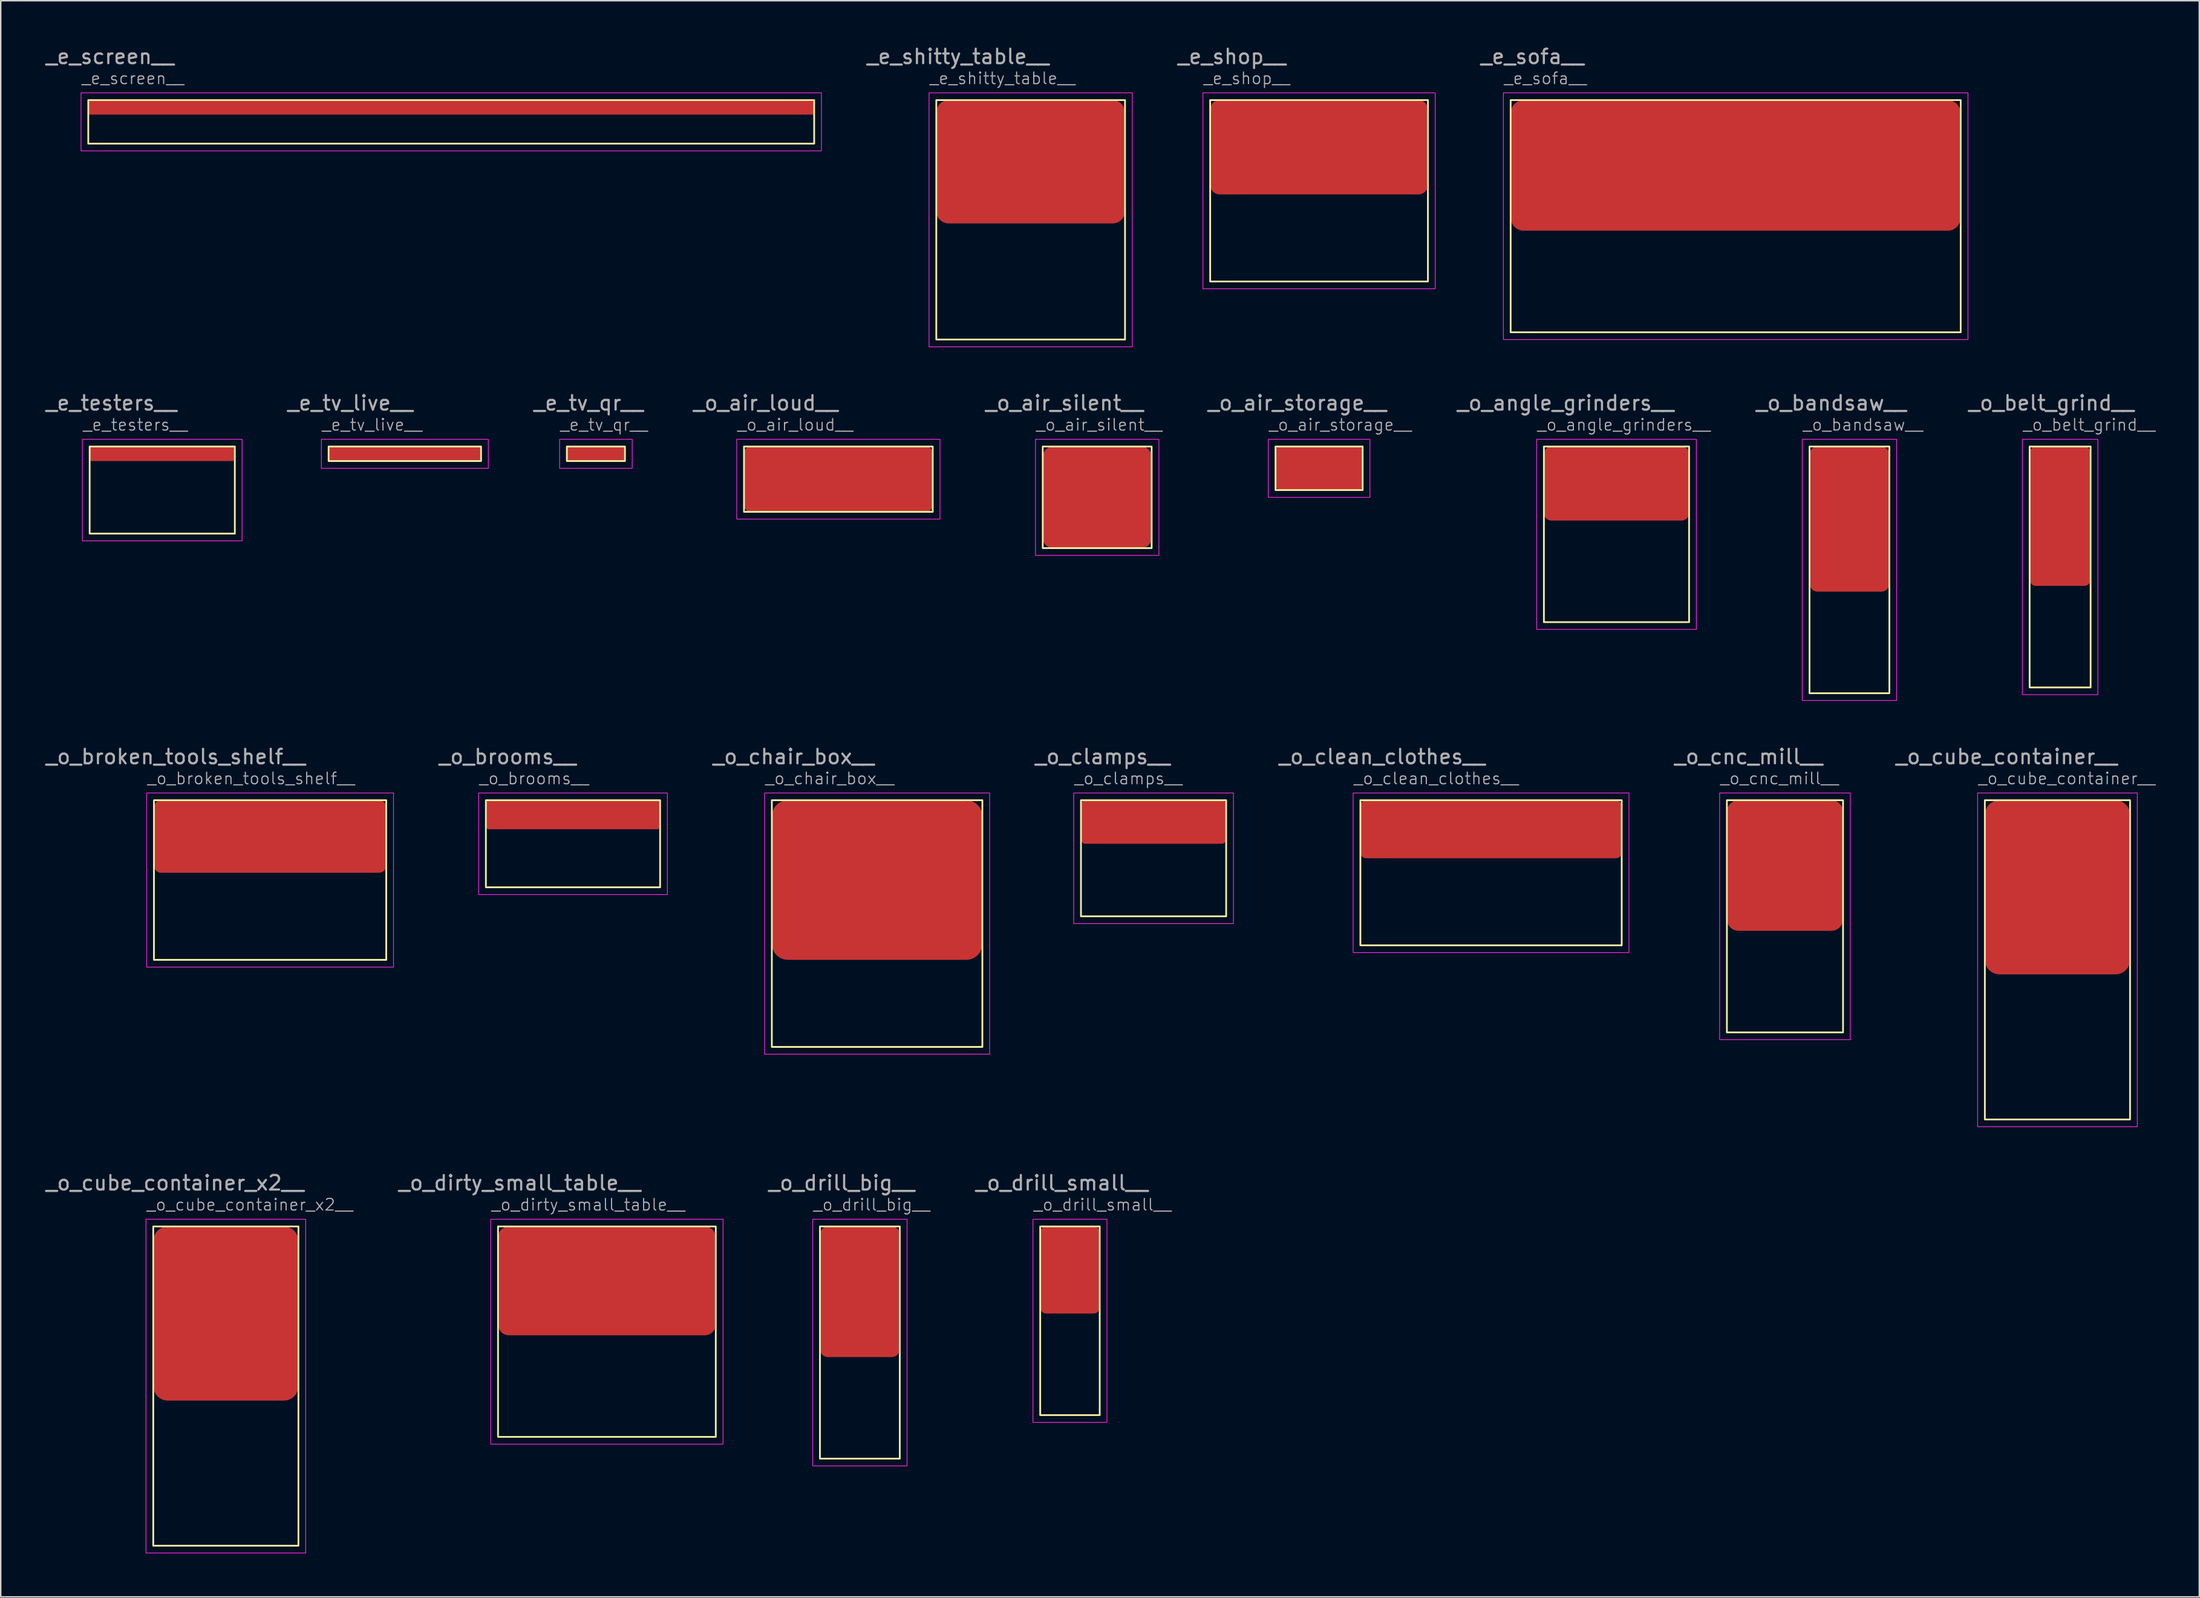
<source format=kicad_pcb>
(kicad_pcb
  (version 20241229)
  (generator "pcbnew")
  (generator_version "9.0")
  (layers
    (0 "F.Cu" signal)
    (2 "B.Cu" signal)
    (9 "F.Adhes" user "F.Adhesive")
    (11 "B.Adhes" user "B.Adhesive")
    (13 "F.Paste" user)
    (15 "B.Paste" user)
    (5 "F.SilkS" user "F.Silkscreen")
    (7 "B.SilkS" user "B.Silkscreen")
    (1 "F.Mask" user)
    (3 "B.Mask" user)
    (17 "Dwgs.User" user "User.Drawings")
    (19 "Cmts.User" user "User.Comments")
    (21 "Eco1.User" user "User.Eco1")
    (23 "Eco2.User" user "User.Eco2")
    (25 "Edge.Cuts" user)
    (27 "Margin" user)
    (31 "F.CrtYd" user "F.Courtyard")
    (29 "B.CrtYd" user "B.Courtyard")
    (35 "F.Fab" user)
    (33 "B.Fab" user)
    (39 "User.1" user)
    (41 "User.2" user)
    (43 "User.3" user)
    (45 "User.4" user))
  (footprint "_e_tv_live__"
    (layer "F.Cu")
    (at 19.585 27.721)
    (property "Reference" "_e_tv_live__" (at -0.5 -1.5 0) (unlocked yes) (layer "F.Fab") (effects (font (size 0.8 0.8) (thickness 0.08)) (justify left)))
    (attr smd)
    (fp_rect (start 0 0) (end 10.5 1) (stroke (width 0.12) (type solid)) (fill no) (layer "F.SilkS"))
    (fp_rect (start -0.5 -0.5) (end 11 1.5) (stroke (width 0.05) (type solid)) (fill no) (layer "F.CrtYd"))
    (fp_text user "${REFERENCE}" (at 1.5 -3 0) (unlocked yes) (layer "F.Fab") (effects (font (size 1 1) (thickness 0.15))))
    (pad "1" smd roundrect (at 5.25 0.5) (size 10.5 1) (layers "F.Cu" "F.Mask" "F.Paste") (roundrect_rratio 0.1)))
  (footprint "_o_chair_box__"
    (layer "F.Cu")
    (at 50.115 52.095)
    (property "Reference" "_o_chair_box__" (at -0.5 -1.5 0) (unlocked yes) (layer "F.Fab") (effects (font (size 0.8 0.8) (thickness 0.08)) (justify left)))
    (attr smd)
    (fp_rect (start 0 0) (end 14.5 17) (stroke (width 0.12) (type solid)) (fill no) (layer "F.SilkS"))
    (fp_rect (start -0.5 -0.5) (end 15 17.5) (stroke (width 0.05) (type solid)) (fill no) (layer "F.CrtYd"))
    (fp_text user "${REFERENCE}" (at 1.5 -3 0) (unlocked yes) (layer "F.Fab") (effects (font (size 1 1) (thickness 0.15))))
    (pad "1" smd roundrect (at 7.25 5.5) (size 14.5 11) (layers "F.Cu" "F.Mask" "F.Paste") (roundrect_rratio 0.1)))
  (footprint "_o_angle_grinders__"
    (layer "F.Cu")
    (at 103.295 27.721)
    (property "Reference" "_o_angle_grinders__" (at -0.5 -1.5 0) (unlocked yes) (layer "F.Fab") (effects (font (size 0.8 0.8) (thickness 0.08)) (justify left)))
    (attr smd)
    (fp_rect (start 0 0) (end 10 12.1) (stroke (width 0.12) (type solid)) (fill no) (layer "F.SilkS"))
    (fp_rect (start -0.5 -0.5) (end 10.5 12.6) (stroke (width 0.05) (type solid)) (fill no) (layer "F.CrtYd"))
    (fp_text user "${REFERENCE}" (at 1.5 -3 0) (unlocked yes) (layer "F.Fab") (effects (font (size 1 1) (thickness 0.15))))
    (pad "1" smd roundrect (at 5 2.55) (size 10 5.1) (layers "F.Cu" "F.Mask" "F.Paste") (roundrect_rratio 0.1)))
  (footprint "_o_cnc_mill__"
    (layer "F.Cu")
    (at 115.899 52.095)
    (property "Reference" "_o_cnc_mill__" (at -0.5 -1.5 0) (unlocked yes) (layer "F.Fab") (effects (font (size 0.8 0.8) (thickness 0.08)) (justify left)))
    (attr smd)
    (fp_rect (start 0 0) (end 8 16) (stroke (width 0.12) (type solid)) (fill no) (layer "F.SilkS"))
    (fp_rect (start -0.5 -0.5) (end 8.5 16.5) (stroke (width 0.05) (type solid)) (fill no) (layer "F.CrtYd"))
    (fp_text user "${REFERENCE}" (at 1.5 -3 0) (unlocked yes) (layer "F.Fab") (effects (font (size 1 1) (thickness 0.15))))
    (pad "1" smd roundrect (at 4 4.5) (size 8 9) (layers "F.Cu" "F.Mask" "F.Paste") (roundrect_rratio 0.1)))
  (footprint "_o_broken_tools_shelf__"
    (layer "F.Cu")
    (at 7.554 52.095)
    (property "Reference" "_o_broken_tools_shelf__" (at -0.5 -1.5 0) (unlocked yes) (layer "F.Fab") (effects (font (size 0.8 0.8) (thickness 0.08)) (justify left)))
    (attr smd)
    (fp_rect (start 0 0) (end 16 11) (stroke (width 0.12) (type solid)) (fill no) (layer "F.SilkS"))
    (fp_rect (start -0.5 -0.5) (end 16.5 11.5) (stroke (width 0.05) (type solid)) (fill no) (layer "F.CrtYd"))
    (fp_text user "${REFERENCE}" (at 1.5 -3 0) (unlocked yes) (layer "F.Fab") (effects (font (size 1 1) (thickness 0.15))))
    (pad "1" smd roundrect (at 8 2.5) (size 16 5) (layers "F.Cu" "F.Mask" "F.Paste") (roundrect_rratio 0.1)))
  (footprint "_o_clamps__"
    (layer "F.Cu")
    (at 71.408 52.095)
    (property "Reference" "_o_clamps__" (at -0.5 -1.5 0) (unlocked yes) (layer "F.Fab") (effects (font (size 0.8 0.8) (thickness 0.08)) (justify left)))
    (attr smd)
    (fp_rect (start 0 0) (end 10 8) (stroke (width 0.12) (type solid)) (fill no) (layer "F.SilkS"))
    (fp_rect (start -0.5 -0.5) (end 10.5 8.5) (stroke (width 0.05) (type solid)) (fill no) (layer "F.CrtYd"))
    (fp_text user "${REFERENCE}" (at 1.5 -3 0) (unlocked yes) (layer "F.Fab") (effects (font (size 1 1) (thickness 0.15))))
    (pad "1" smd roundrect (at 5 1.5) (size 10 3) (layers "F.Cu" "F.Mask" "F.Paste") (roundrect_rratio 0.1)))
  (footprint "_o_air_storage__"
    (layer "F.Cu")
    (at 84.809 27.721)
    (property "Reference" "_o_air_storage__" (at -0.5 -1.5 0) (unlocked yes) (layer "F.Fab") (effects (font (size 0.8 0.8) (thickness 0.08)) (justify left)))
    (attr smd)
    (fp_rect (start 0 0) (end 6 3) (stroke (width 0.12) (type solid)) (fill no) (layer "F.SilkS"))
    (fp_rect (start -0.5 -0.5) (end 6.5 3.5) (stroke (width 0.05) (type solid)) (fill no) (layer "F.CrtYd"))
    (fp_text user "${REFERENCE}" (at 1.5 -3 0) (unlocked yes) (layer "F.Fab") (effects (font (size 1 1) (thickness 0.15))))
    (pad "1" smd roundrect (at 3 1.5) (size 6 3) (layers "F.Cu" "F.Mask" "F.Paste") (roundrect_rratio 0.1)))
  (footprint "_e_shop__"
    (layer "F.Cu")
    (at 80.306 3.848)
    (property "Reference" "_e_shop__" (at -0.5 -1.5 0) (unlocked yes) (layer "F.Fab") (effects (font (size 0.8 0.8) (thickness 0.08)) (justify left)))
    (attr smd)
    (fp_rect (start 0 0) (end 15 12.5) (stroke (width 0.12) (type solid)) (fill no) (layer "F.SilkS"))
    (fp_rect (start -0.5 -0.5) (end 15.5 13) (stroke (width 0.05) (type solid)) (fill no) (layer "F.CrtYd"))
    (fp_text user "${REFERENCE}" (at 1.5 -3 0) (unlocked yes) (layer "F.Fab") (effects (font (size 1 1) (thickness 0.15))))
    (pad "1" smd roundrect (at 7.5 3.25) (size 15 6.5) (layers "F.Cu" "F.Mask" "F.Paste") (roundrect_rratio 0.1)))
  (footprint "_e_shitty_table__"
    (layer "F.Cu")
    (at 61.442 3.848)
    (property "Reference" "_e_shitty_table__" (at -0.5 -1.5 0) (unlocked yes) (layer "F.Fab") (effects (font (size 0.8 0.8) (thickness 0.08)) (justify left)))
    (attr smd)
    (fp_rect (start 0 0) (end 13 16.5) (stroke (width 0.12) (type solid)) (fill no) (layer "F.SilkS"))
    (fp_rect (start -0.5 -0.5) (end 13.5 17) (stroke (width 0.05) (type solid)) (fill no) (layer "F.CrtYd"))
    (fp_text user "${REFERENCE}" (at 1.5 -3 0) (unlocked yes) (layer "F.Fab") (effects (font (size 1 1) (thickness 0.15))))
    (pad "1" smd roundrect (at 6.5 4.25) (size 13 8.5) (layers "F.Cu" "F.Mask" "F.Paste") (roundrect_rratio 0.1)))
  (footprint "_o_cube_container_x2__"
    (layer "F.Cu")
    (at 7.506 81.468)
    (property "Reference" "_o_cube_container_x2__" (at -0.5 -1.5 0) (unlocked yes) (layer "F.Fab") (effects (font (size 0.8 0.8) (thickness 0.08)) (justify left)))
    (attr smd)
    (fp_rect (start 0 0) (end 10 22) (stroke (width 0.12) (type solid)) (fill no) (layer "F.SilkS"))
    (fp_rect (start -0.5 -0.5) (end 10.5 22.5) (stroke (width 0.05) (type solid)) (fill no) (layer "F.CrtYd"))
    (fp_text user "${REFERENCE}" (at 1.5 -3 0) (unlocked yes) (layer "F.Fab") (effects (font (size 1 1) (thickness 0.15))))
    (pad "1" smd roundrect (at 5 6) (size 10 12) (layers "F.Cu" "F.Mask" "F.Paste") (roundrect_rratio 0.1)))
  (footprint "_e_screen__"
    (layer "F.Cu")
    (at 3.03 3.848)
    (property "Reference" "_e_screen__" (at -0.5 -1.5 0) (unlocked yes) (layer "F.Fab") (effects (font (size 0.8 0.8) (thickness 0.08)) (justify left)))
    (attr smd)
    (fp_rect (start 0 0) (end 50 3) (stroke (width 0.12) (type solid)) (fill no) (layer "F.SilkS"))
    (fp_rect (start -0.5 -0.5) (end 50.5 3.5) (stroke (width 0.05) (type solid)) (fill no) (layer "F.CrtYd"))
    (fp_text user "${REFERENCE}" (at 1.5 -3 0) (unlocked yes) (layer "F.Fab") (effects (font (size 1 1) (thickness 0.15))))
    (pad "1" smd roundrect (at 25 0.5) (size 50 1) (layers "F.Cu" "F.Mask" "F.Paste") (roundrect_rratio 0.1)))
  (footprint "_o_air_silent__"
    (layer "F.Cu")
    (at 68.775 27.721)
    (property "Reference" "_o_air_silent__" (at -0.5 -1.5 0) (unlocked yes) (layer "F.Fab") (effects (font (size 0.8 0.8) (thickness 0.08)) (justify left)))
    (attr smd)
    (fp_rect (start 0 0) (end 7.5 7) (stroke (width 0.12) (type solid)) (fill no) (layer "F.SilkS"))
    (fp_rect (start -0.5 -0.5) (end 8 7.5) (stroke (width 0.05) (type solid)) (fill no) (layer "F.CrtYd"))
    (fp_text user "${REFERENCE}" (at 1.5 -3 0) (unlocked yes) (layer "F.Fab") (effects (font (size 1 1) (thickness 0.15))))
    (pad "1" smd roundrect (at 3.75 3.5) (size 7.5 7) (layers "F.Cu" "F.Mask" "F.Paste") (roundrect_rratio 0.1)))
  (footprint "_o_brooms__"
    (layer "F.Cu")
    (at 30.418 52.095)
    (property "Reference" "_o_brooms__" (at -0.5 -1.5 0) (unlocked yes) (layer "F.Fab") (effects (font (size 0.8 0.8) (thickness 0.08)) (justify left)))
    (attr smd)
    (fp_rect (start 0 0) (end 12 6) (stroke (width 0.12) (type solid)) (fill no) (layer "F.SilkS"))
    (fp_rect (start -0.5 -0.5) (end 12.5 6.5) (stroke (width 0.05) (type solid)) (fill no) (layer "F.CrtYd"))
    (fp_text user "${REFERENCE}" (at 1.5 -3 0) (unlocked yes) (layer "F.Fab") (effects (font (size 1 1) (thickness 0.15))))
    (pad "1" smd roundrect (at 6 1) (size 12 2) (layers "F.Cu" "F.Mask" "F.Paste") (roundrect_rratio 0.1)))
  (footprint "_o_dirty_small_table__"
    (layer "F.Cu")
    (at 31.254 81.468)
    (property "Reference" "_o_dirty_small_table__" (at -0.5 -1.5 0) (unlocked yes) (layer "F.Fab") (effects (font (size 0.8 0.8) (thickness 0.08)) (justify left)))
    (attr smd)
    (fp_rect (start 0 0) (end 15 14.5) (stroke (width 0.12) (type solid)) (fill no) (layer "F.SilkS"))
    (fp_rect (start -0.5 -0.5) (end 15.5 15) (stroke (width 0.05) (type solid)) (fill no) (layer "F.CrtYd"))
    (fp_text user "${REFERENCE}" (at 1.5 -3 0) (unlocked yes) (layer "F.Fab") (effects (font (size 1 1) (thickness 0.15))))
    (pad "1" smd roundrect (at 7.5 3.75) (size 15 7.5) (layers "F.Cu" "F.Mask" "F.Paste") (roundrect_rratio 0.1)))
  (footprint "_o_clean_clothes__"
    (layer "F.Cu")
    (at 90.654 52.095)
    (property "Reference" "_o_clean_clothes__" (at -0.5 -1.5 0) (unlocked yes) (layer "F.Fab") (effects (font (size 0.8 0.8) (thickness 0.08)) (justify left)))
    (attr smd)
    (fp_rect (start 0 0) (end 18 10) (stroke (width 0.12) (type solid)) (fill no) (layer "F.SilkS"))
    (fp_rect (start -0.5 -0.5) (end 18.5 10.5) (stroke (width 0.05) (type solid)) (fill no) (layer "F.CrtYd"))
    (fp_text user "${REFERENCE}" (at 1.5 -3 0) (unlocked yes) (layer "F.Fab") (effects (font (size 1 1) (thickness 0.15))))
    (pad "1" smd roundrect (at 9 2) (size 18 4) (layers "F.Cu" "F.Mask" "F.Paste") (roundrect_rratio 0.1)))
  (footprint "_o_belt_grind__"
    (layer "F.Cu")
    (at 136.752 27.721)
    (property "Reference" "_o_belt_grind__" (at -0.5 -1.5 0) (unlocked yes) (layer "F.Fab") (effects (font (size 0.8 0.8) (thickness 0.08)) (justify left)))
    (attr smd)
    (fp_rect (start 0 0) (end 4.2 16.6) (stroke (width 0.12) (type solid)) (fill no) (layer "F.SilkS"))
    (fp_rect (start -0.5 -0.5) (end 4.7 17.1) (stroke (width 0.05) (type solid)) (fill no) (layer "F.CrtYd"))
    (fp_text user "${REFERENCE}" (at 1.5 -3 0) (unlocked yes) (layer "F.Fab") (effects (font (size 1 1) (thickness 0.15))))
    (pad "1" smd roundrect (at 2.1 4.8) (size 4.2 9.6) (layers "F.Cu" "F.Mask" "F.Paste") (roundrect_rratio 0.1)))
  (footprint "_e_sofa__"
    (layer "F.Cu")
    (at 101.004 3.848)
    (property "Reference" "_e_sofa__" (at -0.5 -1.5 0) (unlocked yes) (layer "F.Fab") (effects (font (size 0.8 0.8) (thickness 0.08)) (justify left)))
    (attr smd)
    (fp_rect (start 0 0) (end 31 16) (stroke (width 0.12) (type solid)) (fill no) (layer "F.SilkS"))
    (fp_rect (start -0.5 -0.5) (end 31.5 16.5) (stroke (width 0.05) (type solid)) (fill no) (layer "F.CrtYd"))
    (fp_text user "${REFERENCE}" (at 1.5 -3 0) (unlocked yes) (layer "F.Fab") (effects (font (size 1 1) (thickness 0.15))))
    (pad "1" smd roundrect (at 15.5 4.5) (size 31 9) (layers "F.Cu" "F.Mask" "F.Paste") (roundrect_rratio 0.1)))
  (footprint "_e_testers__"
    (layer "F.Cu")
    (at 3.125 27.721)
    (property "Reference" "_e_testers__" (at -0.5 -1.5 0) (unlocked yes) (layer "F.Fab") (effects (font (size 0.8 0.8) (thickness 0.08)) (justify left)))
    (attr smd)
    (fp_rect (start 0 0) (end 10 6) (stroke (width 0.12) (type solid)) (fill no) (layer "F.SilkS"))
    (fp_rect (start -0.5 -0.5) (end 10.5 6.5) (stroke (width 0.05) (type solid)) (fill no) (layer "F.CrtYd"))
    (fp_text user "${REFERENCE}" (at 1.5 -3 0) (unlocked yes) (layer "F.Fab") (effects (font (size 1 1) (thickness 0.15))))
    (pad "1" smd roundrect (at 5 0.5) (size 10 1) (layers "F.Cu" "F.Mask" "F.Paste") (roundrect_rratio 0.1)))
  (footprint "_o_bandsaw__"
    (layer "F.Cu")
    (at 121.59 27.721)
    (property "Reference" "_o_bandsaw__" (at -0.5 -1.5 0) (unlocked yes) (layer "F.Fab") (effects (font (size 0.8 0.8) (thickness 0.08)) (justify left)))
    (attr smd)
    (fp_rect (start 0 0) (end 5.5 17) (stroke (width 0.12) (type solid)) (fill no) (layer "F.SilkS"))
    (fp_rect (start -0.5 -0.5) (end 6 17.5) (stroke (width 0.05) (type solid)) (fill no) (layer "F.CrtYd"))
    (fp_text user "${REFERENCE}" (at 1.5 -3 0) (unlocked yes) (layer "F.Fab") (effects (font (size 1 1) (thickness 0.15))))
    (pad "1" smd roundrect (at 2.75 5) (size 5.5 10) (layers "F.Cu" "F.Mask" "F.Paste") (roundrect_rratio 0.1)))
  (footprint "_o_air_loud__"
    (layer "F.Cu")
    (at 48.197 27.721)
    (property "Reference" "_o_air_loud__" (at -0.5 -1.5 0) (unlocked yes) (layer "F.Fab") (effects (font (size 0.8 0.8) (thickness 0.08)) (justify left)))
    (attr smd)
    (fp_rect (start 0 0) (end 13 4.5) (stroke (width 0.12) (type solid)) (fill no) (layer "F.SilkS"))
    (fp_rect (start -0.5 -0.5) (end 13.5 5) (stroke (width 0.05) (type solid)) (fill no) (layer "F.CrtYd"))
    (fp_text user "${REFERENCE}" (at 1.5 -3 0) (unlocked yes) (layer "F.Fab") (effects (font (size 1 1) (thickness 0.15))))
    (pad "1" smd roundrect (at 6.5 2.25) (size 13 4.5) (layers "F.Cu" "F.Mask" "F.Paste") (roundrect_rratio 0.1)))
  (footprint "_e_tv_qr__"
    (layer "F.Cu")
    (at 35.996 27.721)
    (property "Reference" "_e_tv_qr__" (at -0.5 -1.5 0) (unlocked yes) (layer "F.Fab") (effects (font (size 0.8 0.8) (thickness 0.08)) (justify left)))
    (attr smd)
    (fp_rect (start 0 0) (end 4 1) (stroke (width 0.12) (type solid)) (fill no) (layer "F.SilkS"))
    (fp_rect (start -0.5 -0.5) (end 4.5 1.5) (stroke (width 0.05) (type solid)) (fill no) (layer "F.CrtYd"))
    (fp_text user "${REFERENCE}" (at 1.5 -3 0) (unlocked yes) (layer "F.Fab") (effects (font (size 1 1) (thickness 0.15))))
    (pad "1" smd roundrect (at 2 0.5) (size 4 1) (layers "F.Cu" "F.Mask" "F.Paste") (roundrect_rratio 0.1)))
  (footprint "_o_drill_big__"
    (layer "F.Cu")
    (at 53.428 81.468)
    (property "Reference" "_o_drill_big__" (at -0.5 -1.5 0) (unlocked yes) (layer "F.Fab") (effects (font (size 0.8 0.8) (thickness 0.08)) (justify left)))
    (attr smd)
    (fp_rect (start 0 0) (end 5.5 16) (stroke (width 0.12) (type solid)) (fill no) (layer "F.SilkS"))
    (fp_rect (start -0.5 -0.5) (end 6 16.5) (stroke (width 0.05) (type solid)) (fill no) (layer "F.CrtYd"))
    (fp_text user "${REFERENCE}" (at 1.5 -3 0) (unlocked yes) (layer "F.Fab") (effects (font (size 1 1) (thickness 0.15))))
    (pad "1" smd roundrect (at 2.75 4.5) (size 5.5 9) (layers "F.Cu" "F.Mask" "F.Paste") (roundrect_rratio 0.1)))
  (footprint "_o_drill_small__"
    (layer "F.Cu")
    (at 68.599 81.468)
    (property "Reference" "_o_drill_small__" (at -0.5 -1.5 0) (unlocked yes) (layer "F.Fab") (effects (font (size 0.8 0.8) (thickness 0.08)) (justify left)))
    (attr smd)
    (fp_rect (start 0 0) (end 4.1 13) (stroke (width 0.12) (type solid)) (fill no) (layer "F.SilkS"))
    (fp_rect (start -0.5 -0.5) (end 4.6 13.5) (stroke (width 0.05) (type solid)) (fill no) (layer "F.CrtYd"))
    (fp_text user "${REFERENCE}" (at 1.5 -3 0) (unlocked yes) (layer "F.Fab") (effects (font (size 1 1) (thickness 0.15))))
    (pad "1" smd roundrect (at 2.05 3) (size 4.1 6) (layers "F.Cu" "F.Mask" "F.Paste") (roundrect_rratio 0.1)))
  (footprint "_o_cube_container__"
    (layer "F.Cu")
    (at 133.668 52.095)
    (property "Reference" "_o_cube_container__" (at -0.5 -1.5 0) (unlocked yes) (layer "F.Fab") (effects (font (size 0.8 0.8) (thickness 0.08)) (justify left)))
    (attr smd)
    (fp_rect (start 0 0) (end 10 22) (stroke (width 0.12) (type solid)) (fill no) (layer "F.SilkS"))
    (fp_rect (start -0.5 -0.5) (end 10.5 22.5) (stroke (width 0.05) (type solid)) (fill no) (layer "F.CrtYd"))
    (fp_text user "${REFERENCE}" (at 1.5 -3 0) (unlocked yes) (layer "F.Fab") (effects (font (size 1 1) (thickness 0.15))))
    (pad "1" smd roundrect (at 5 6) (size 10 12) (layers "F.Cu" "F.Mask" "F.Paste") (roundrect_rratio 0.1)))
  (gr_rect
    (start -3 -3)
    (end 148.438 106.993)
    (stroke (width 0.1) (type default))
    (fill no)
    (layer "Edge.Cuts")))
</source>
